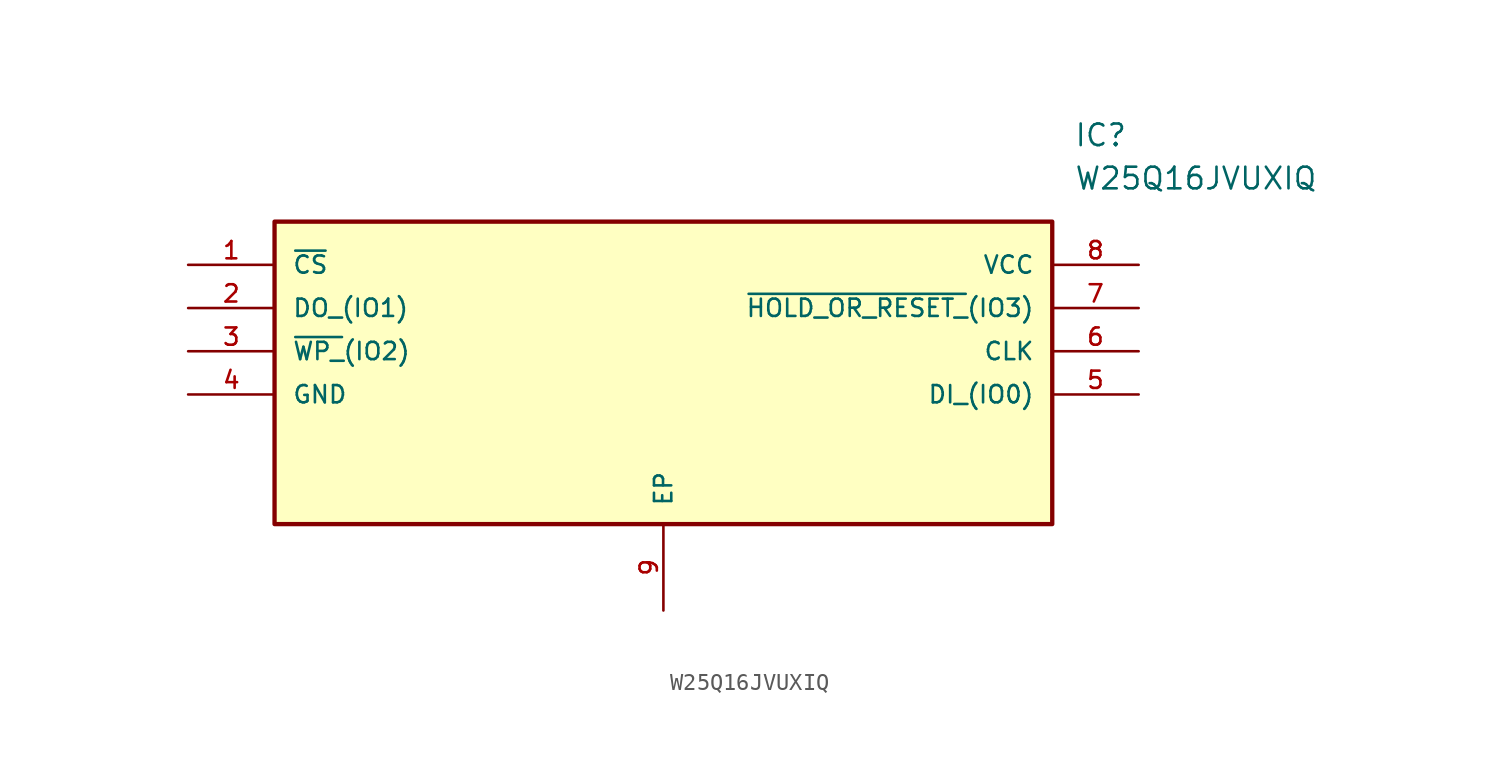
<source format=kicad_sym>
(kicad_symbol_lib
  (version 20211014)
  (generator kicad_symbol_editor)
  (symbol "W25Q16JVUXIQ"
    (pin_names
      (offset 1.016))
    (property "Reference" "IC"
      (at 52.07 7.62 0)
      (effects (font (size 1.27 1.27)) (justify left)))
    (property "Value" "W25Q16JVUXIQ"
      (at 52.07 5.08 0)
      (effects (font (size 1.27 1.27)) (justify left)))
    (symbol "W25Q16JVUXIQ_0_0"
      (rectangle (start 5.08 -15.24) (end 50.8 2.54) (stroke (width 0.254)) (fill (type background)))
      (pin bidirectional line (at 0.0 0.0 0) (length 5.08) (name "~{CS}" (effects (font (size 1.016 1.016)))) (number "1" (effects (font (size 1.016 1.016)))))
      (pin bidirectional line (at 55.88 -2.54 180.0) (length 5.08) (name "~{HOLD_OR_RESET_}(IO3)" (effects (font (size 1.016 1.016)))) (number "7" (effects (font (size 1.016 1.016)))))
      (pin bidirectional line (at 0.0 -5.08 0) (length 5.08) (name "~{WP_}(IO2)" (effects (font (size 1.016 1.016)))) (number "3" (effects (font (size 1.016 1.016)))))
      (pin bidirectional line (at 55.88 -5.08 180.0) (length 5.08) (name "CLK" (effects (font (size 1.016 1.016)))) (number "6" (effects (font (size 1.016 1.016)))))
      (pin bidirectional line (at 55.88 -7.62 180.0) (length 5.08) (name "DI_(IO0)" (effects (font (size 1.016 1.016)))) (number "5" (effects (font (size 1.016 1.016)))))
      (pin bidirectional line (at 0.0 -2.54 0) (length 5.08) (name "DO_(IO1)" (effects (font (size 1.016 1.016)))) (number "2" (effects (font (size 1.016 1.016)))))
      (pin bidirectional line (at 27.94 -20.32 90.0) (length 5.08) (name "EP" (effects (font (size 1.016 1.016)))) (number "9" (effects (font (size 1.016 1.016)))))
      (pin bidirectional line (at 0.0 -7.62 0) (length 5.08) (name "GND" (effects (font (size 1.016 1.016)))) (number "4" (effects (font (size 1.016 1.016)))))
      (pin bidirectional line (at 55.88 0.0 180.0) (length 5.08) (name "VCC" (effects (font (size 1.016 1.016)))) (number "8" (effects (font (size 1.016 1.016))))))))
</source>
